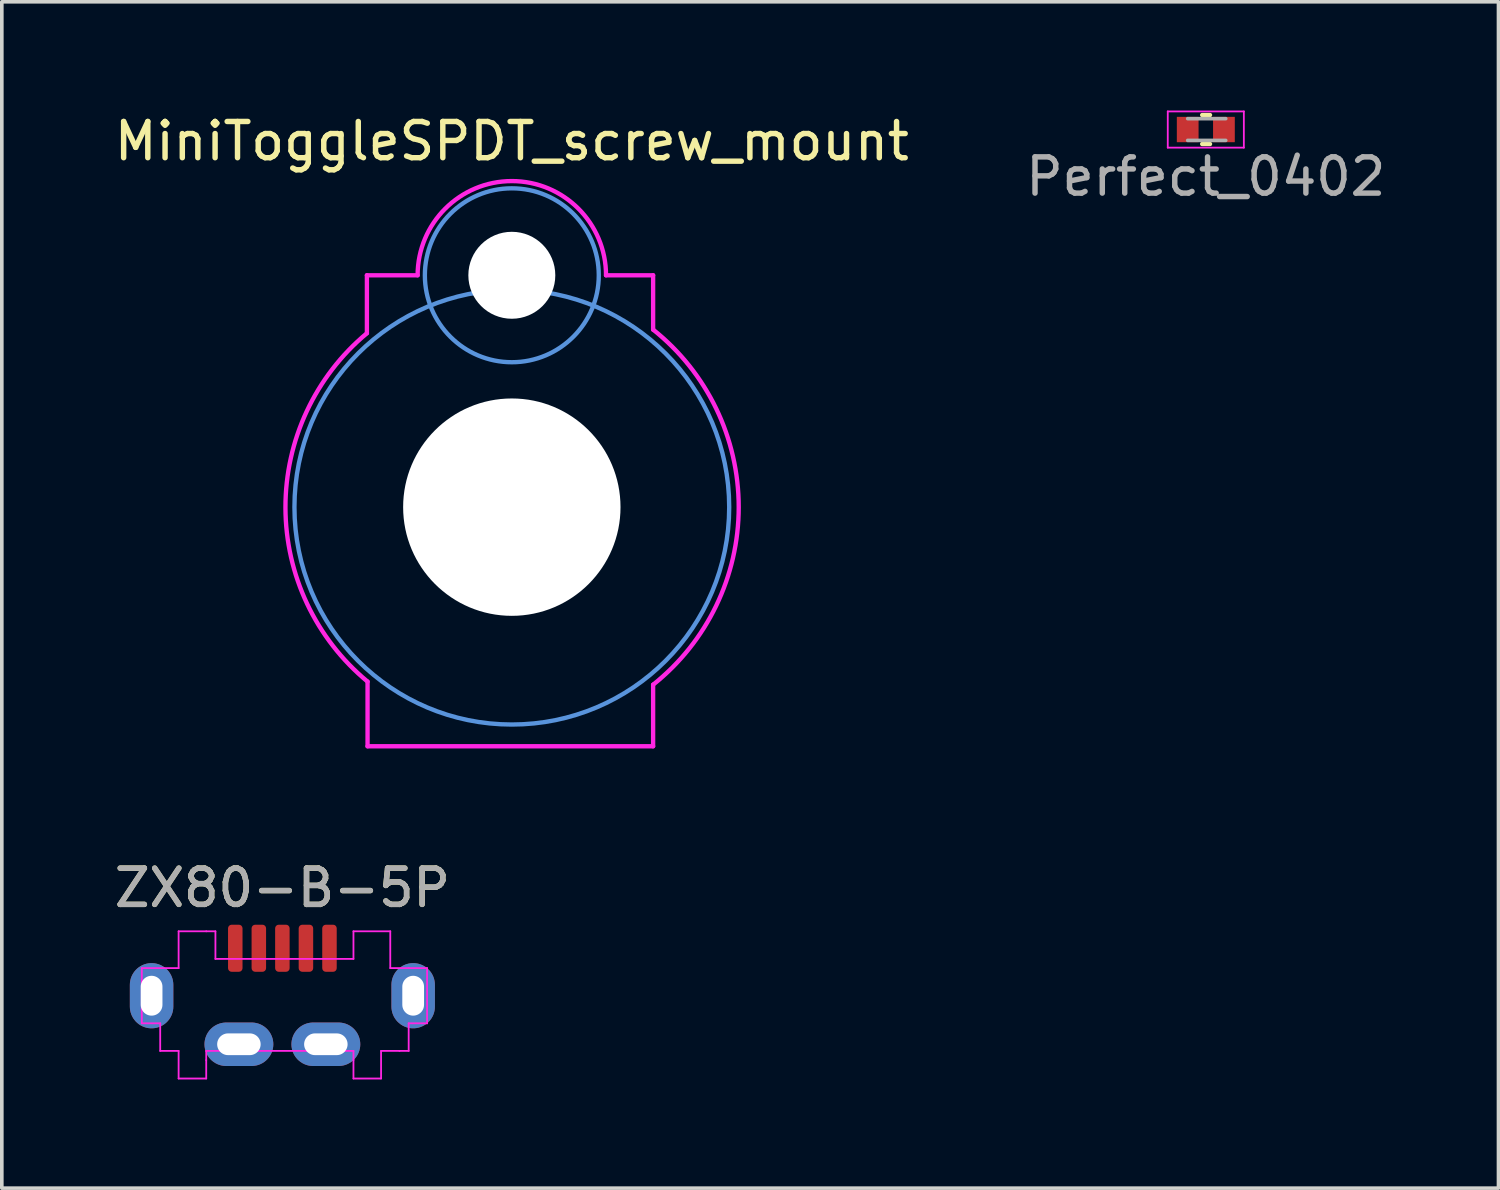
<source format=kicad_pcb>
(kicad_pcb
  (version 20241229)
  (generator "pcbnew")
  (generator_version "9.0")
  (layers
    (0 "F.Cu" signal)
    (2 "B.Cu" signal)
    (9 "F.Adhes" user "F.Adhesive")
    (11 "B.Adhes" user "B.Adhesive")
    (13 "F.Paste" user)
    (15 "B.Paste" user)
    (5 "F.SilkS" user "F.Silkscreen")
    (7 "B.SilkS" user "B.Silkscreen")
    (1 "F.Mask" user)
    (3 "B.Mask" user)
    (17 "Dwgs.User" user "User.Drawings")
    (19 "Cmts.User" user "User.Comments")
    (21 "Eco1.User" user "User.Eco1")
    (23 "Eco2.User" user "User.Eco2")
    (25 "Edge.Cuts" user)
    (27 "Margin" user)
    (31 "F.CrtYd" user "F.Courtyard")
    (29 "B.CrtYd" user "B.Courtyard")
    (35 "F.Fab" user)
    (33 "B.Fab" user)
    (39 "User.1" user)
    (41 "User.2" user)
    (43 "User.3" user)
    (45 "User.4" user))
  (footprint "MiniToggleSPDT_screw_mount"
    (layer "F.Cu")
    (at 11.077 10.948)
    (property "Reference" "MiniToggleSPDT_screw_mount" (at 0 -10.1 0) (layer "F.SilkS") (effects (font (size 1 1) (thickness 0.15))))
    (attr through_hole)
    (fp_circle (center 0 -6.4) (end 0 -4) (stroke (width 0.12) (type solid)) (fill no) (layer "Cmts.User"))
    (fp_circle (center 0 0) (end 0 6) (stroke (width 0.12) (type solid)) (fill no) (layer "Cmts.User"))
    (fp_line (start -4 -6.4) (end -4 -4.8) (stroke (width 0.12) (type solid)) (layer "F.CrtYd"))
    (fp_line (start -4 -6.4) (end -2.6 -6.4) (stroke (width 0.12) (type solid)) (layer "F.CrtYd"))
    (fp_line (start -3.982 4.815) (end -3.982 6.6) (stroke (width 0.12) (type solid)) (layer "F.CrtYd"))
    (fp_line (start -3.982 6.6) (end 3.9 6.6) (stroke (width 0.12) (type solid)) (layer "F.CrtYd"))
    (fp_line (start 2.6 -6.4) (end 3.9 -6.4) (stroke (width 0.12) (type solid)) (layer "F.CrtYd"))
    (fp_line (start 3.9 4.9) (end 3.9 6.6) (stroke (width 0.12) (type solid)) (layer "F.CrtYd"))
    (fp_line (start 3.9 -6.4) (end 3.9 -4.9) (stroke (width 0.12) (type solid)) (layer "F.CrtYd"))
    (fp_arc (start -3.981754 4.815144) (mid -6.248187 0.011856) (end -3.999999 -4.799999) (stroke (width 0.12) (type solid)) (layer "F.CrtYd"))
    (fp_arc (start -2.6 -6.4) (mid 0 -9) (end 2.6 -6.4) (stroke (width 0.12) (type solid)) (layer "F.CrtYd"))
    (fp_arc (start 3.899999 -4.899999) (mid 6.262586 0) (end 3.899999 4.899999) (stroke (width 0.12) (type solid)) (layer "F.CrtYd"))
    (pad "" np_thru_hole circle (at 0 -6.4) (size 2.4 2.4) (drill 2.4) (layers "*.Cu" "*.Mask"))
    (pad "" np_thru_hole circle (at 0 0) (size 6 6) (drill 6) (layers "*.Cu" "*.Mask")))
  (footprint "Perfect_0402"
    (layer "F.Cu")
    (at 30.232 0.525)
    (property "Reference" "Perfect_0402" (at 0 1.3 0) (layer "F.Fab") (effects (font (size 1 1) (thickness 0.15))))
    (attr smd)
    (fp_line (start -0.1 -0.4) (end 0.116 -0.4) (stroke (width 0.12) (type solid)) (layer "F.SilkS"))
    (fp_line (start -0.1 0.4) (end 0.116 0.4) (stroke (width 0.12) (type solid)) (layer "F.SilkS"))
    (fp_line (start -1.05 -0.5) (end -1.05 0.5) (stroke (width 0.05) (type solid)) (layer "F.CrtYd"))
    (fp_line (start -1.05 -0.5) (end 1.05 -0.5) (stroke (width 0.05) (type solid)) (layer "F.CrtYd"))
    (fp_line (start 1.05 -0.5) (end 1.05 0.5) (stroke (width 0.05) (type solid)) (layer "F.CrtYd"))
    (fp_line (start 1.05 0.5) (end -1.05 0.5) (stroke (width 0.05) (type solid)) (layer "F.CrtYd"))
    (fp_line (start -0.5 -0.3) (end 0.55 -0.3) (stroke (width 0.1) (type solid)) (layer "F.Fab"))
    (fp_line (start -0.5 0.3) (end 0.55 0.3) (stroke (width 0.1) (type solid)) (layer "F.Fab"))
    (pad "1" smd rect (at -0.5 0) (size 0.6 0.7) (layers "F.Cu" "F.Mask" "F.Paste"))
    (pad "2" smd rect (at 0.5 0) (size 0.6 0.7) (layers "F.Cu" "F.Mask" "F.Paste")))
  (footprint "ZX80-B-5P"
    (layer "F.Cu")
    (at 4.744 24.505)
    (property "Reference" "ZX80-B-5P" (at 0 -3.048 0) (unlocked yes) (layer "F.SilkS") (effects (font (size 1 1) (thickness 0.15))))
    (attr smd)
    (fp_line (start -3.88 -0.834) (end -3.88 0.69) (stroke (width 0.05) (type solid)) (layer "F.CrtYd"))
    (fp_line (start -3.88 0.69) (end -3.372 0.69) (stroke (width 0.05) (type solid)) (layer "F.CrtYd"))
    (fp_line (start -3.372 0.69) (end -3.372 1.452) (stroke (width 0.05) (type solid)) (layer "F.CrtYd"))
    (fp_line (start -3.372 1.452) (end -2.864 1.452) (stroke (width 0.05) (type solid)) (layer "F.CrtYd"))
    (fp_line (start -2.864 -1.85) (end -2.864 -0.834) (stroke (width 0.05) (type solid)) (layer "F.CrtYd"))
    (fp_line (start -2.864 -0.834) (end -3.88 -0.834) (stroke (width 0.05) (type solid)) (layer "F.CrtYd"))
    (fp_line (start -2.864 1.452) (end -2.864 2.214) (stroke (width 0.05) (type solid)) (layer "F.CrtYd"))
    (fp_line (start -2.864 2.214) (end -2.102 2.214) (stroke (width 0.05) (type solid)) (layer "F.CrtYd"))
    (fp_line (start -2.102 -1.85) (end -2.864 -1.85) (stroke (width 0.05) (type solid)) (layer "F.CrtYd"))
    (fp_line (start -2.102 1.452) (end 1.962 1.452) (stroke (width 0.05) (type solid)) (layer "F.CrtYd"))
    (fp_line (start -2.102 1.706) (end -2.102 1.452) (stroke (width 0.05) (type solid)) (layer "F.CrtYd"))
    (fp_line (start -2.102 2.214) (end -2.102 1.706) (stroke (width 0.05) (type solid)) (layer "F.CrtYd"))
    (fp_line (start -1.848 -1.85) (end -2.102 -1.85) (stroke (width 0.05) (type solid)) (layer "F.CrtYd"))
    (fp_line (start -1.848 -1.088) (end -1.848 -1.85) (stroke (width 0.05) (type solid)) (layer "F.CrtYd"))
    (fp_line (start 1.962 -1.85) (end 1.962 -1.088) (stroke (width 0.05) (type solid)) (layer "F.CrtYd"))
    (fp_line (start 1.962 -1.088) (end -1.848 -1.088) (stroke (width 0.05) (type solid)) (layer "F.CrtYd"))
    (fp_line (start 1.962 1.452) (end 1.962 1.706) (stroke (width 0.05) (type solid)) (layer "F.CrtYd"))
    (fp_line (start 1.962 1.706) (end 1.962 2.214) (stroke (width 0.05) (type solid)) (layer "F.CrtYd"))
    (fp_line (start 1.962 2.214) (end 2.724 2.214) (stroke (width 0.05) (type solid)) (layer "F.CrtYd"))
    (fp_line (start 2.724 1.452) (end 3.232 1.452) (stroke (width 0.05) (type solid)) (layer "F.CrtYd"))
    (fp_line (start 2.724 2.214) (end 2.724 1.452) (stroke (width 0.05) (type solid)) (layer "F.CrtYd"))
    (fp_line (start 2.978 -1.85) (end 1.962 -1.85) (stroke (width 0.05) (type solid)) (layer "F.CrtYd"))
    (fp_line (start 2.978 -0.834) (end 2.978 -1.85) (stroke (width 0.05) (type solid)) (layer "F.CrtYd"))
    (fp_line (start 3.232 1.452) (end 3.486 1.452) (stroke (width 0.05) (type solid)) (layer "F.CrtYd"))
    (fp_line (start 3.486 -0.834) (end 2.978 -0.834) (stroke (width 0.05) (type solid)) (layer "F.CrtYd"))
    (fp_line (start 3.486 0.69) (end 3.994 0.69) (stroke (width 0.05) (type solid)) (layer "F.CrtYd"))
    (fp_line (start 3.486 1.452) (end 3.486 0.69) (stroke (width 0.05) (type solid)) (layer "F.CrtYd"))
    (fp_line (start 3.994 -0.834) (end 3.486 -0.834) (stroke (width 0.05) (type solid)) (layer "F.CrtYd"))
    (fp_line (start 3.994 0.69) (end 3.994 -0.834) (stroke (width 0.05) (type solid)) (layer "F.CrtYd"))
    (fp_text user "${REFERENCE}" (at 0 -3.048 0) (unlocked yes) (layer "F.Fab") (effects (font (size 1 1) (thickness 0.15))))
    (pad "1" smd roundrect (at -1.3 -1.382) (size 0.4 1.3) (layers "F.Cu" "F.Mask" "F.Paste") (roundrect_rratio 0.25))
    (pad "2" smd roundrect (at -0.65 -1.382) (size 0.4 1.3) (layers "F.Cu" "F.Mask" "F.Paste") (roundrect_rratio 0.25))
    (pad "3" smd roundrect (at 0 -1.382) (size 0.4 1.3) (layers "F.Cu" "F.Mask" "F.Paste") (roundrect_rratio 0.25))
    (pad "4" smd roundrect (at 0.65 -1.382) (size 0.4 1.3) (layers "F.Cu" "F.Mask" "F.Paste") (roundrect_rratio 0.25))
    (pad "5" smd roundrect (at 1.3 -1.382) (size 0.4 1.3) (layers "F.Cu" "F.Mask" "F.Paste") (roundrect_rratio 0.25))
    (pad "6" thru_hole oval (at -3.61 -0.072) (size 1.2 1.8) (drill oval 0.6 1.1) (layers "*.Cu" "*.Mask"))
    (pad "6" thru_hole oval (at -1.2 1.268) (size 1.9 1.2) (drill oval 1.2 0.6) (layers "*.Cu" "*.Mask"))
    (pad "6" thru_hole oval (at 1.2 1.268) (size 1.9 1.2) (drill oval 1.2 0.6) (layers "*.Cu" "*.Mask"))
    (pad "6" thru_hole oval (at 3.61 -0.072) (size 1.2 1.8) (drill oval 0.6 1.1) (layers "*.Cu" "*.Mask")))
  (gr_rect
    (start -3 -3)
    (end 38.31 29.744)
    (stroke (width 0.1) (type default))
    (fill no)
    (layer "Edge.Cuts")))
</source>
